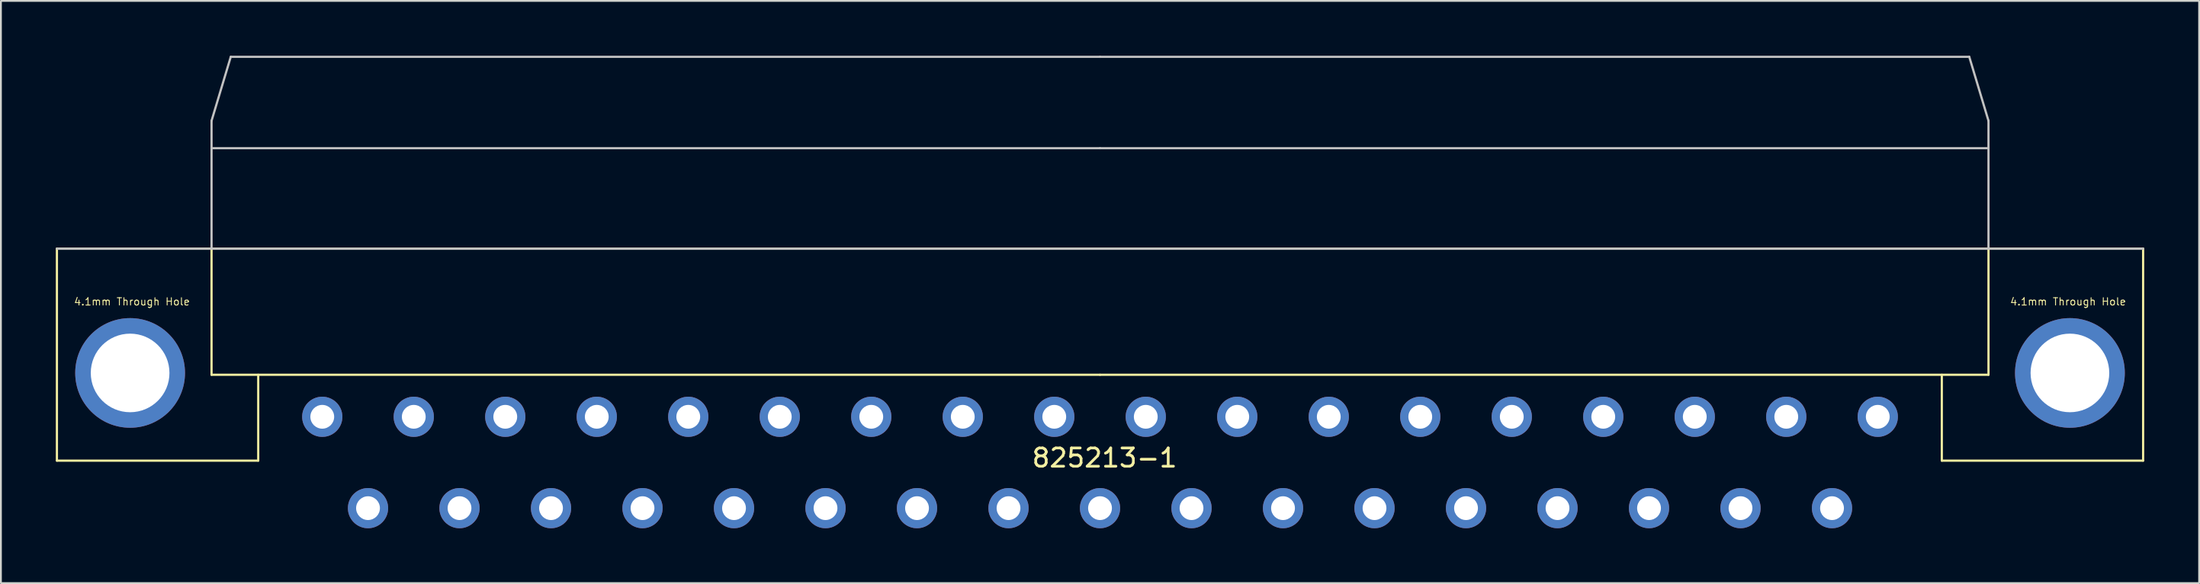
<source format=kicad_pcb>
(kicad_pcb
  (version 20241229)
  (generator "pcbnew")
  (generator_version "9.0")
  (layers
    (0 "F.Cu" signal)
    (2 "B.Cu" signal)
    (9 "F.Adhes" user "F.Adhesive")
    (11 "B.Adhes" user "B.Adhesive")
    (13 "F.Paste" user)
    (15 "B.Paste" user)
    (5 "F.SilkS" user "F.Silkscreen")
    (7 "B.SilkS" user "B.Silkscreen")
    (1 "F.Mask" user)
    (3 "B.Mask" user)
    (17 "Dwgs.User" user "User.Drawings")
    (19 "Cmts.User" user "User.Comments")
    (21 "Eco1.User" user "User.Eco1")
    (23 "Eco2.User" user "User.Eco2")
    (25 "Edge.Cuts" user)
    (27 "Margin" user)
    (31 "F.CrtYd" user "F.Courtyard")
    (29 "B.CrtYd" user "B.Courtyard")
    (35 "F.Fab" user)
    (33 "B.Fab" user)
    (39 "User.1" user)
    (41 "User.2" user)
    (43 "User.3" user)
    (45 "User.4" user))
  (footprint "825213-1"
    (layer "F.Cu")
    (at 57.06 17.46)
    (property "Reference" "825213-1" (at 0.25 4.55 0) (layer "F.SilkS") (effects (font (size 1 1) (thickness 0.15))))
    (attr through_hole)
    (fp_line (start -57 4.7) (end -57 -6.9) (stroke (width 0.12) (type solid)) (layer "F.SilkS"))
    (fp_line (start -57 4.7) (end -46 4.7) (stroke (width 0.12) (type solid)) (layer "F.SilkS"))
    (fp_line (start -48.55 0) (end -48.55 -6.9) (stroke (width 0.12) (type solid)) (layer "F.SilkS"))
    (fp_line (start -48.55 0) (end 0 0) (stroke (width 0.12) (type solid)) (layer "F.SilkS"))
    (fp_line (start -46 0) (end -46 4.7) (stroke (width 0.12) (type solid)) (layer "F.SilkS"))
    (fp_line (start 46 0) (end 46 4.7) (stroke (width 0.12) (type solid)) (layer "F.SilkS"))
    (fp_line (start 48.55 0) (end 0 0) (stroke (width 0.12) (type solid)) (layer "F.SilkS"))
    (fp_line (start 48.55 0) (end 48.55 -6.9) (stroke (width 0.12) (type solid)) (layer "F.SilkS"))
    (fp_line (start 57 -6.9) (end -57 -6.9) (stroke (width 0.12) (type solid)) (layer "F.SilkS"))
    (fp_line (start 57 4.7) (end 46 4.7) (stroke (width 0.12) (type solid)) (layer "F.SilkS"))
    (fp_line (start 57 4.7) (end 57 -6.9) (stroke (width 0.12) (type solid)) (layer "F.SilkS"))
    (fp_circle (center -53 -0.1) (end -55.05 -0.1) (stroke (width 0.12) (type solid)) (fill no) (layer "F.SilkS"))
    (fp_circle (center 53 -0.1) (end 55.05 -0.1) (stroke (width 0.12) (type solid)) (fill no) (layer "F.SilkS"))
    (fp_line (start -48.55 -13.9) (end -48.55 -6.9) (stroke (width 0.12) (type solid)) (layer "Dwgs.User"))
    (fp_line (start -48.55 -13.9) (end -47.5 -17.4) (stroke (width 0.12) (type solid)) (layer "Dwgs.User"))
    (fp_line (start -48.55 -12.4) (end 0 -12.4) (stroke (width 0.12) (type solid)) (layer "Dwgs.User"))
    (fp_line (start 0 -17.4) (end -47.5 -17.4) (stroke (width 0.12) (type solid)) (layer "Dwgs.User"))
    (fp_line (start 0 -17.4) (end 47.5 -17.4) (stroke (width 0.12) (type solid)) (layer "Dwgs.User"))
    (fp_line (start 48.55 -13.9) (end 47.5 -17.4) (stroke (width 0.12) (type solid)) (layer "Dwgs.User"))
    (fp_line (start 48.55 -13.9) (end 48.55 -6.9) (stroke (width 0.12) (type solid)) (layer "Dwgs.User"))
    (fp_line (start 48.55 -12.4) (end 0 -12.4) (stroke (width 0.12) (type solid)) (layer "Dwgs.User"))
    (fp_line (start 57 -6.9) (end -57 -6.9) (stroke (width 0.12) (type solid)) (layer "Dwgs.User"))
    (fp_text user "4.1mm Through Hole" (at -52.9 -4 0) (layer "F.SilkS") (effects (font (size 0.4 0.4) (thickness 0.05))))
    (fp_text user "4.1mm Through Hole" (at 52.9 -4 0) (layer "F.SilkS") (effects (font (size 0.4 0.4) (thickness 0.05))))
    (pad "1" thru_hole circle (at 42.5 2.3) (size 2.2 2.2) (drill 1.3) (layers "*.Cu" "*.Mask"))
    (pad "2" thru_hole circle (at 37.5 2.3) (size 2.2 2.2) (drill 1.3) (layers "*.Cu" "*.Mask"))
    (pad "3" thru_hole circle (at 32.5 2.3) (size 2.2 2.2) (drill 1.3) (layers "*.Cu" "*.Mask"))
    (pad "4" thru_hole circle (at 27.5 2.3) (size 2.2 2.2) (drill 1.3) (layers "*.Cu" "*.Mask"))
    (pad "5" thru_hole circle (at 22.5 2.3) (size 2.2 2.2) (drill 1.3) (layers "*.Cu" "*.Mask"))
    (pad "6" thru_hole circle (at 17.5 2.3) (size 2.2 2.2) (drill 1.3) (layers "*.Cu" "*.Mask"))
    (pad "7" thru_hole circle (at 12.5 2.3) (size 2.2 2.2) (drill 1.3) (layers "*.Cu" "*.Mask"))
    (pad "8" thru_hole circle (at 7.5 2.3) (size 2.2 2.2) (drill 1.3) (layers "*.Cu" "*.Mask"))
    (pad "9" thru_hole circle (at 2.5 2.3) (size 2.2 2.2) (drill 1.3) (layers "*.Cu" "*.Mask"))
    (pad "10" thru_hole circle (at -2.5 2.3) (size 2.2 2.2) (drill 1.3) (layers "*.Cu" "*.Mask"))
    (pad "11" thru_hole circle (at -7.5 2.3) (size 2.2 2.2) (drill 1.3) (layers "*.Cu" "*.Mask"))
    (pad "12" thru_hole circle (at -12.5 2.3) (size 2.2 2.2) (drill 1.3) (layers "*.Cu" "*.Mask"))
    (pad "13" thru_hole circle (at -17.5 2.3) (size 2.2 2.2) (drill 1.3) (layers "*.Cu" "*.Mask"))
    (pad "14" thru_hole circle (at -22.5 2.3) (size 2.2 2.2) (drill 1.3) (layers "*.Cu" "*.Mask"))
    (pad "15" thru_hole circle (at -27.5 2.3) (size 2.2 2.2) (drill 1.3) (layers "*.Cu" "*.Mask"))
    (pad "16" thru_hole circle (at -32.5 2.3) (size 2.2 2.2) (drill 1.3) (layers "*.Cu" "*.Mask"))
    (pad "17" thru_hole circle (at -37.5 2.3) (size 2.2 2.2) (drill 1.3) (layers "*.Cu" "*.Mask"))
    (pad "18" thru_hole circle (at -42.5 2.3) (size 2.2 2.2) (drill 1.3) (layers "*.Cu" "*.Mask"))
    (pad "19" thru_hole circle (at 40 7.3) (size 2.2 2.2) (drill 1.3) (layers "*.Cu" "*.Mask"))
    (pad "20" thru_hole circle (at 35 7.3) (size 2.2 2.2) (drill 1.3) (layers "*.Cu" "*.Mask"))
    (pad "21" thru_hole circle (at 30 7.3) (size 2.2 2.2) (drill 1.3) (layers "*.Cu" "*.Mask"))
    (pad "22" thru_hole circle (at 25 7.3) (size 2.2 2.2) (drill 1.3) (layers "*.Cu" "*.Mask"))
    (pad "23" thru_hole circle (at 20 7.3) (size 2.2 2.2) (drill 1.3) (layers "*.Cu" "*.Mask"))
    (pad "24" thru_hole circle (at 15 7.3) (size 2.2 2.2) (drill 1.3) (layers "*.Cu" "*.Mask"))
    (pad "25" thru_hole circle (at 10 7.3) (size 2.2 2.2) (drill 1.3) (layers "*.Cu" "*.Mask"))
    (pad "26" thru_hole circle (at 5 7.3) (size 2.2 2.2) (drill 1.3) (layers "*.Cu" "*.Mask"))
    (pad "27" thru_hole circle (at 0 7.3) (size 2.2 2.2) (drill 1.3) (layers "*.Cu" "*.Mask"))
    (pad "28" thru_hole circle (at -5 7.3) (size 2.2 2.2) (drill 1.3) (layers "*.Cu" "*.Mask"))
    (pad "29" thru_hole circle (at -10 7.3) (size 2.2 2.2) (drill 1.3) (layers "*.Cu" "*.Mask"))
    (pad "30" thru_hole circle (at -15 7.3) (size 2.2 2.2) (drill 1.3) (layers "*.Cu" "*.Mask"))
    (pad "31" thru_hole circle (at -20 7.3) (size 2.2 2.2) (drill 1.3) (layers "*.Cu" "*.Mask"))
    (pad "32" thru_hole circle (at -25 7.3) (size 2.2 2.2) (drill 1.3) (layers "*.Cu" "*.Mask"))
    (pad "33" thru_hole circle (at -30 7.3) (size 2.2 2.2) (drill 1.3) (layers "*.Cu" "*.Mask"))
    (pad "34" thru_hole circle (at -35 7.3) (size 2.2 2.2) (drill 1.3) (layers "*.Cu" "*.Mask"))
    (pad "35" thru_hole circle (at -40 7.3) (size 2.2 2.2) (drill 1.3) (layers "*.Cu" "*.Mask"))
    (pad "L" thru_hole circle (at -53 -0.1) (size 6 6) (drill 4.3) (layers "*.Cu" "*.Mask"))
    (pad "R" thru_hole circle (at 53 -0.1) (size 6 6) (drill 4.3) (layers "*.Cu" "*.Mask")))
  (gr_rect
    (start -3 -3)
    (end 117.12 28.86)
    (stroke (width 0.1) (type default))
    (fill no)
    (layer "Edge.Cuts")))
</source>
